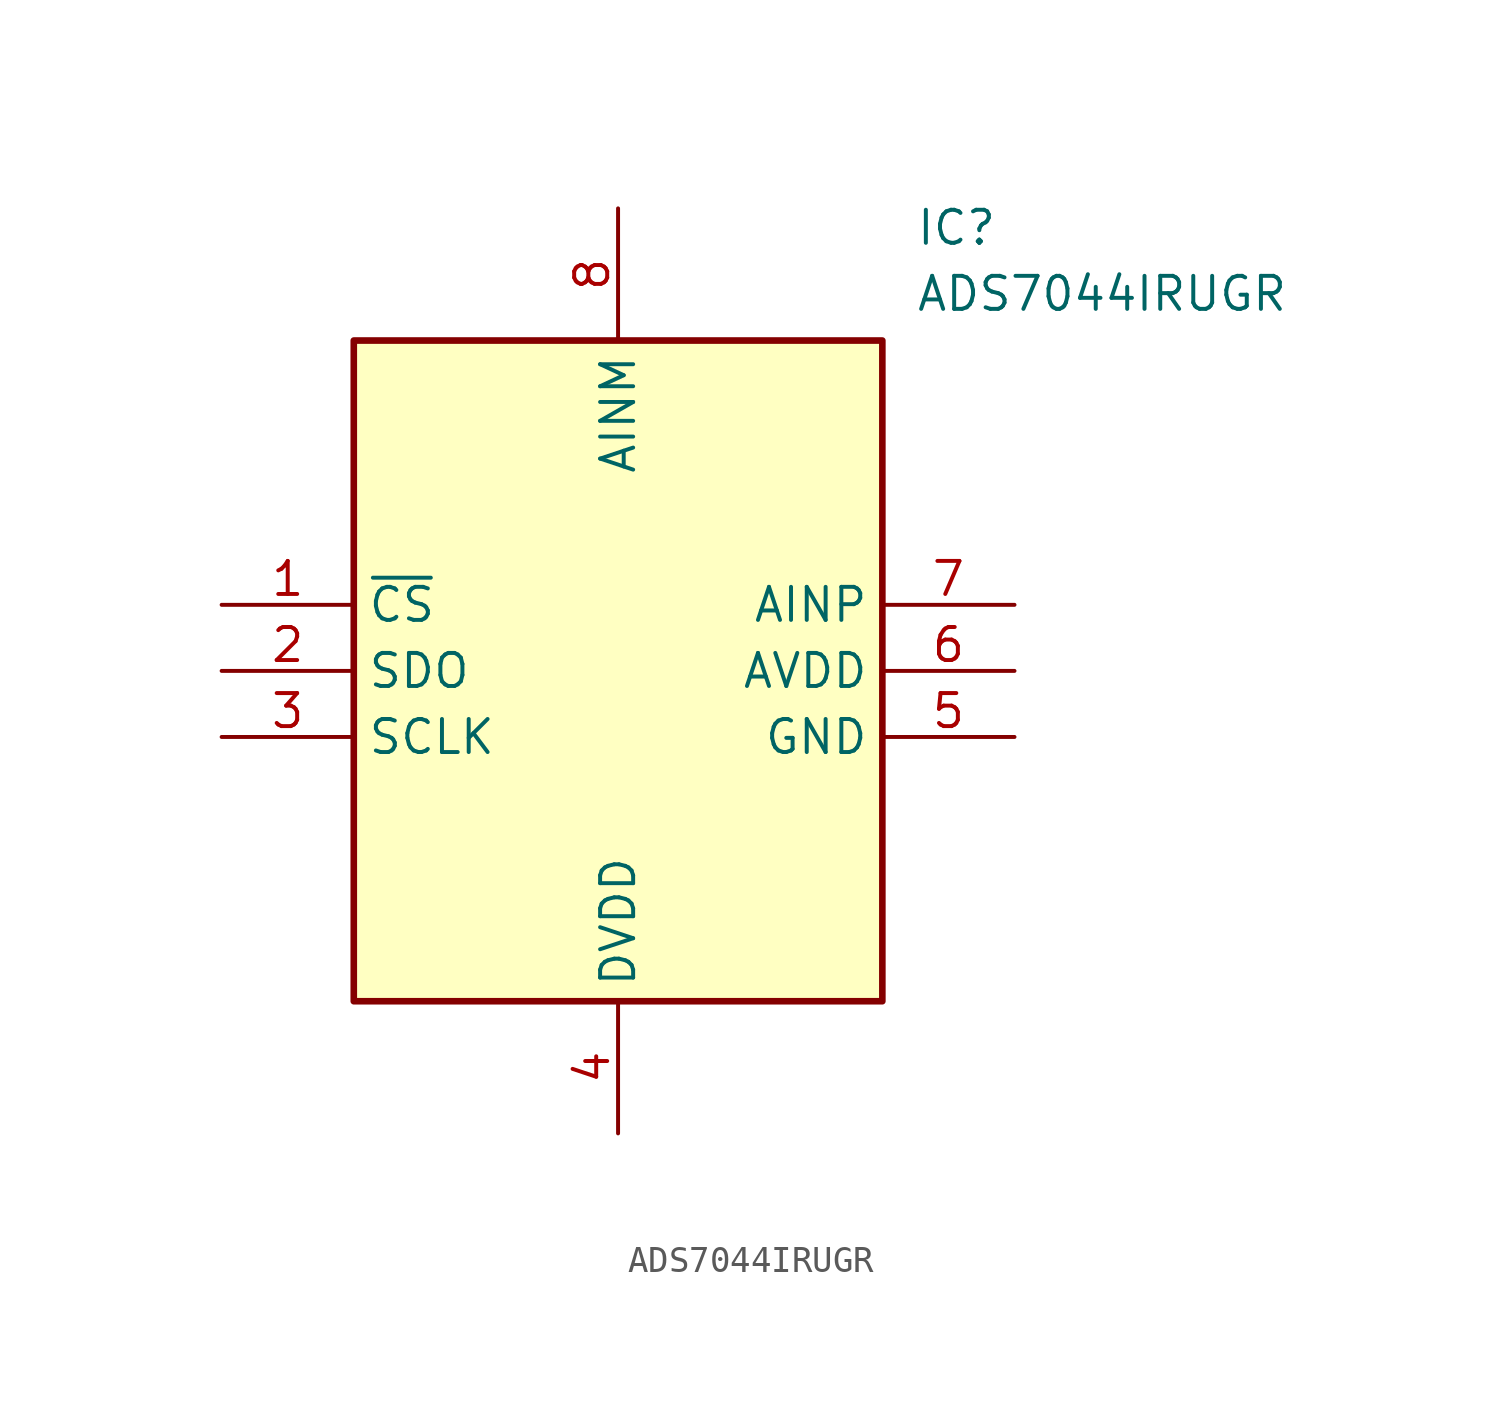
<source format=kicad_sym>
(kicad_symbol_lib
  (version 20211014)
  (generator SamacSys_ECAD_Model)
  (symbol "ADS7044IRUGR"
    (property "Reference" "IC"
      (at 26.67 15.24 0)
      (effects (font (size 1.27 1.27)) (justify left top)))
    (property "Value" "ADS7044IRUGR"
      (at 26.67 12.7 0)
      (effects (font (size 1.27 1.27)) (justify left top)))
    (rectangle
      (start 5.08 10.16)
      (end 25.4 -15.24)
      (stroke (width 0.254) (type default))
      (fill (type background)))
    (pin input line
      (at 0 0 0)
      (length 5.08)
      (name "~{CS}" (effects (font (size 1.27 1.27))))
      (number "1" (effects (font (size 1.27 1.27)))))
    (pin passive line
      (at 0 -2.54 0)
      (length 5.08)
      (name "SDO" (effects (font (size 1.27 1.27))))
      (number "2" (effects (font (size 1.27 1.27)))))
    (pin input line
      (at 0 -5.08 0)
      (length 5.08)
      (name "SCLK" (effects (font (size 1.27 1.27))))
      (number "3" (effects (font (size 1.27 1.27)))))
    (pin power_in line
      (at 15.24 -20.32 90)
      (length 5.08)
      (name "DVDD" (effects (font (size 1.27 1.27))))
      (number "4" (effects (font (size 1.27 1.27)))))
    (pin power_in line
      (at 30.48 -5.08 180)
      (length 5.08)
      (name "GND" (effects (font (size 1.27 1.27))))
      (number "5" (effects (font (size 1.27 1.27)))))
    (pin power_in line
      (at 30.48 -2.54 180)
      (length 5.08)
      (name "AVDD" (effects (font (size 1.27 1.27))))
      (number "6" (effects (font (size 1.27 1.27)))))
    (pin input line
      (at 30.48 0 180)
      (length 5.08)
      (name "AINP" (effects (font (size 1.27 1.27))))
      (number "7" (effects (font (size 1.27 1.27)))))
    (pin input line
      (at 15.24 15.24 270)
      (length 5.08)
      (name "AINM" (effects (font (size 1.27 1.27))))
      (number "8" (effects (font (size 1.27 1.27)))))))
</source>
